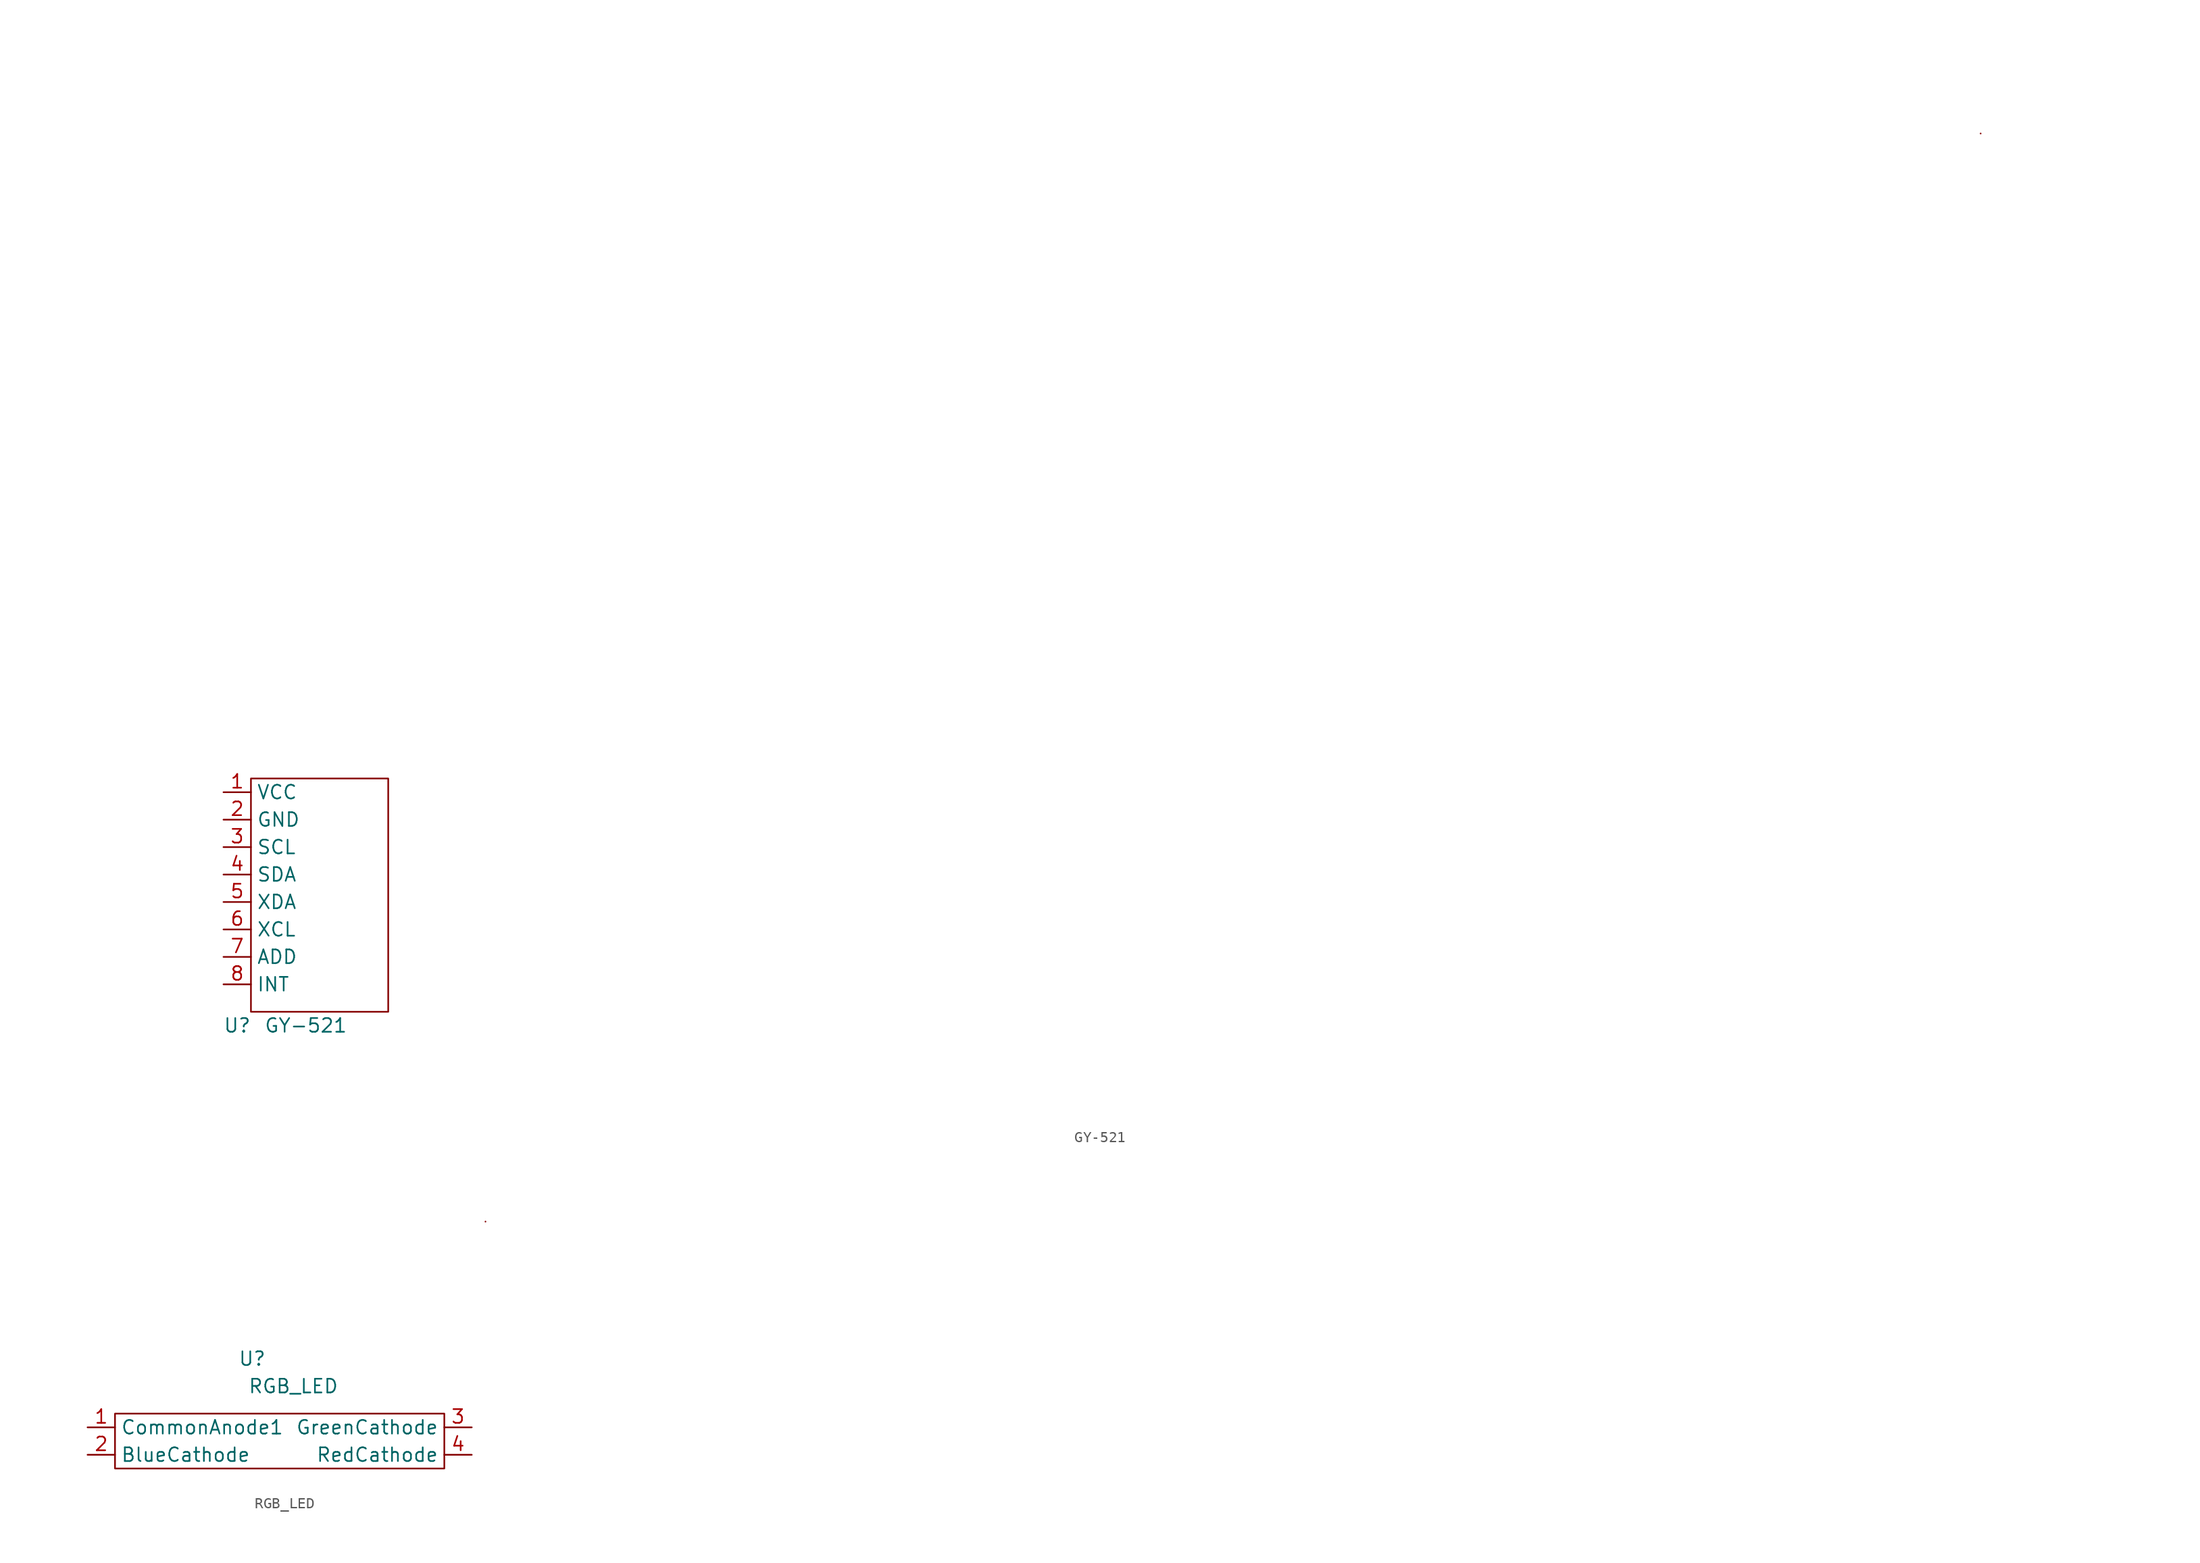
<source format=kicad_sym>
(kicad_symbol_lib
  (version 20211014)
  (generator kicad_symbol_editor)
  (symbol "GY-521"
    (property "Reference" "U"
      (at 1.27 -21.59 0)
      (effects (font (size 1.27 1.27))))
    (property "Value" "GY-521"
      (at 7.62 -21.59 0)
      (effects (font (size 1.27 1.27))))
    (symbol "GY-521_0_1"
      (rectangle (start 2.54 1.27) (end 15.24 -20.32) (stroke (width 0) (type default) (color 0 0 0 0)) (fill (type none)))
      (rectangle (start 162.56 60.96) (end 162.56 60.96) (stroke (width 0) (type default) (color 0 0 0 0)) (fill (type none))))
    (symbol "GY-521_1_1"
      (pin power_in line (at 0 0 0) (length 2.54) (name "VCC" (effects (font (size 1.27 1.27)))) (number "1" (effects (font (size 1.27 1.27)))))
      (pin passive line (at 0 -2.54 0) (length 2.54) (name "GND" (effects (font (size 1.27 1.27)))) (number "2" (effects (font (size 1.27 1.27)))))
      (pin passive line (at 0 -5.08 0) (length 2.54) (name "SCL" (effects (font (size 1.27 1.27)))) (number "3" (effects (font (size 1.27 1.27)))))
      (pin passive line (at 0 -7.62 0) (length 2.54) (name "SDA" (effects (font (size 1.27 1.27)))) (number "4" (effects (font (size 1.27 1.27)))))
      (pin passive line (at 0 -10.16 0) (length 2.54) (name "XDA" (effects (font (size 1.27 1.27)))) (number "5" (effects (font (size 1.27 1.27)))))
      (pin passive line (at 0 -12.7 0) (length 2.54) (name "XCL" (effects (font (size 1.27 1.27)))) (number "6" (effects (font (size 1.27 1.27)))))
      (pin passive line (at 0 -15.24 0) (length 2.54) (name "ADD" (effects (font (size 1.27 1.27)))) (number "7" (effects (font (size 1.27 1.27)))))
      (pin passive line (at 0 -17.78 0) (length 2.54) (name "INT" (effects (font (size 1.27 1.27)))) (number "8" (effects (font (size 1.27 1.27)))))))
  (symbol "RGB_LED"
    (property "Reference" "U"
      (at 15.24 6.35 0)
      (effects (font (size 1.27 1.27))))
    (property "Value" "RGB_LED"
      (at 19.05 3.81 0)
      (effects (font (size 1.27 1.27))))
    (symbol "RGB_LED_0_1"
      (rectangle (start 2.54 1.27) (end 33.02 -3.81) (stroke (width 0) (type default) (color 0 0 0 0)) (fill (type none)))
      (rectangle (start 36.83 19.05) (end 36.83 19.05) (stroke (width 0) (type default) (color 0 0 0 0)) (fill (type none))))
    (symbol "RGB_LED_1_1"
      (pin power_in line (at 0 0 0) (length 2.54) (name "CommonAnode1" (effects (font (size 1.27 1.27)))) (number "1" (effects (font (size 1.27 1.27)))))
      (pin passive line (at 0 -2.54 0) (length 2.54) (name "BlueCathode" (effects (font (size 1.27 1.27)))) (number "2" (effects (font (size 1.27 1.27)))))
      (pin passive line (at 35.56 0 180) (length 2.54) (name "GreenCathode" (effects (font (size 1.27 1.27)))) (number "3" (effects (font (size 1.27 1.27)))))
      (pin passive line (at 35.56 -2.54 180) (length 2.54) (name "RedCathode" (effects (font (size 1.27 1.27)))) (number "4" (effects (font (size 1.27 1.27))))))))
</source>
